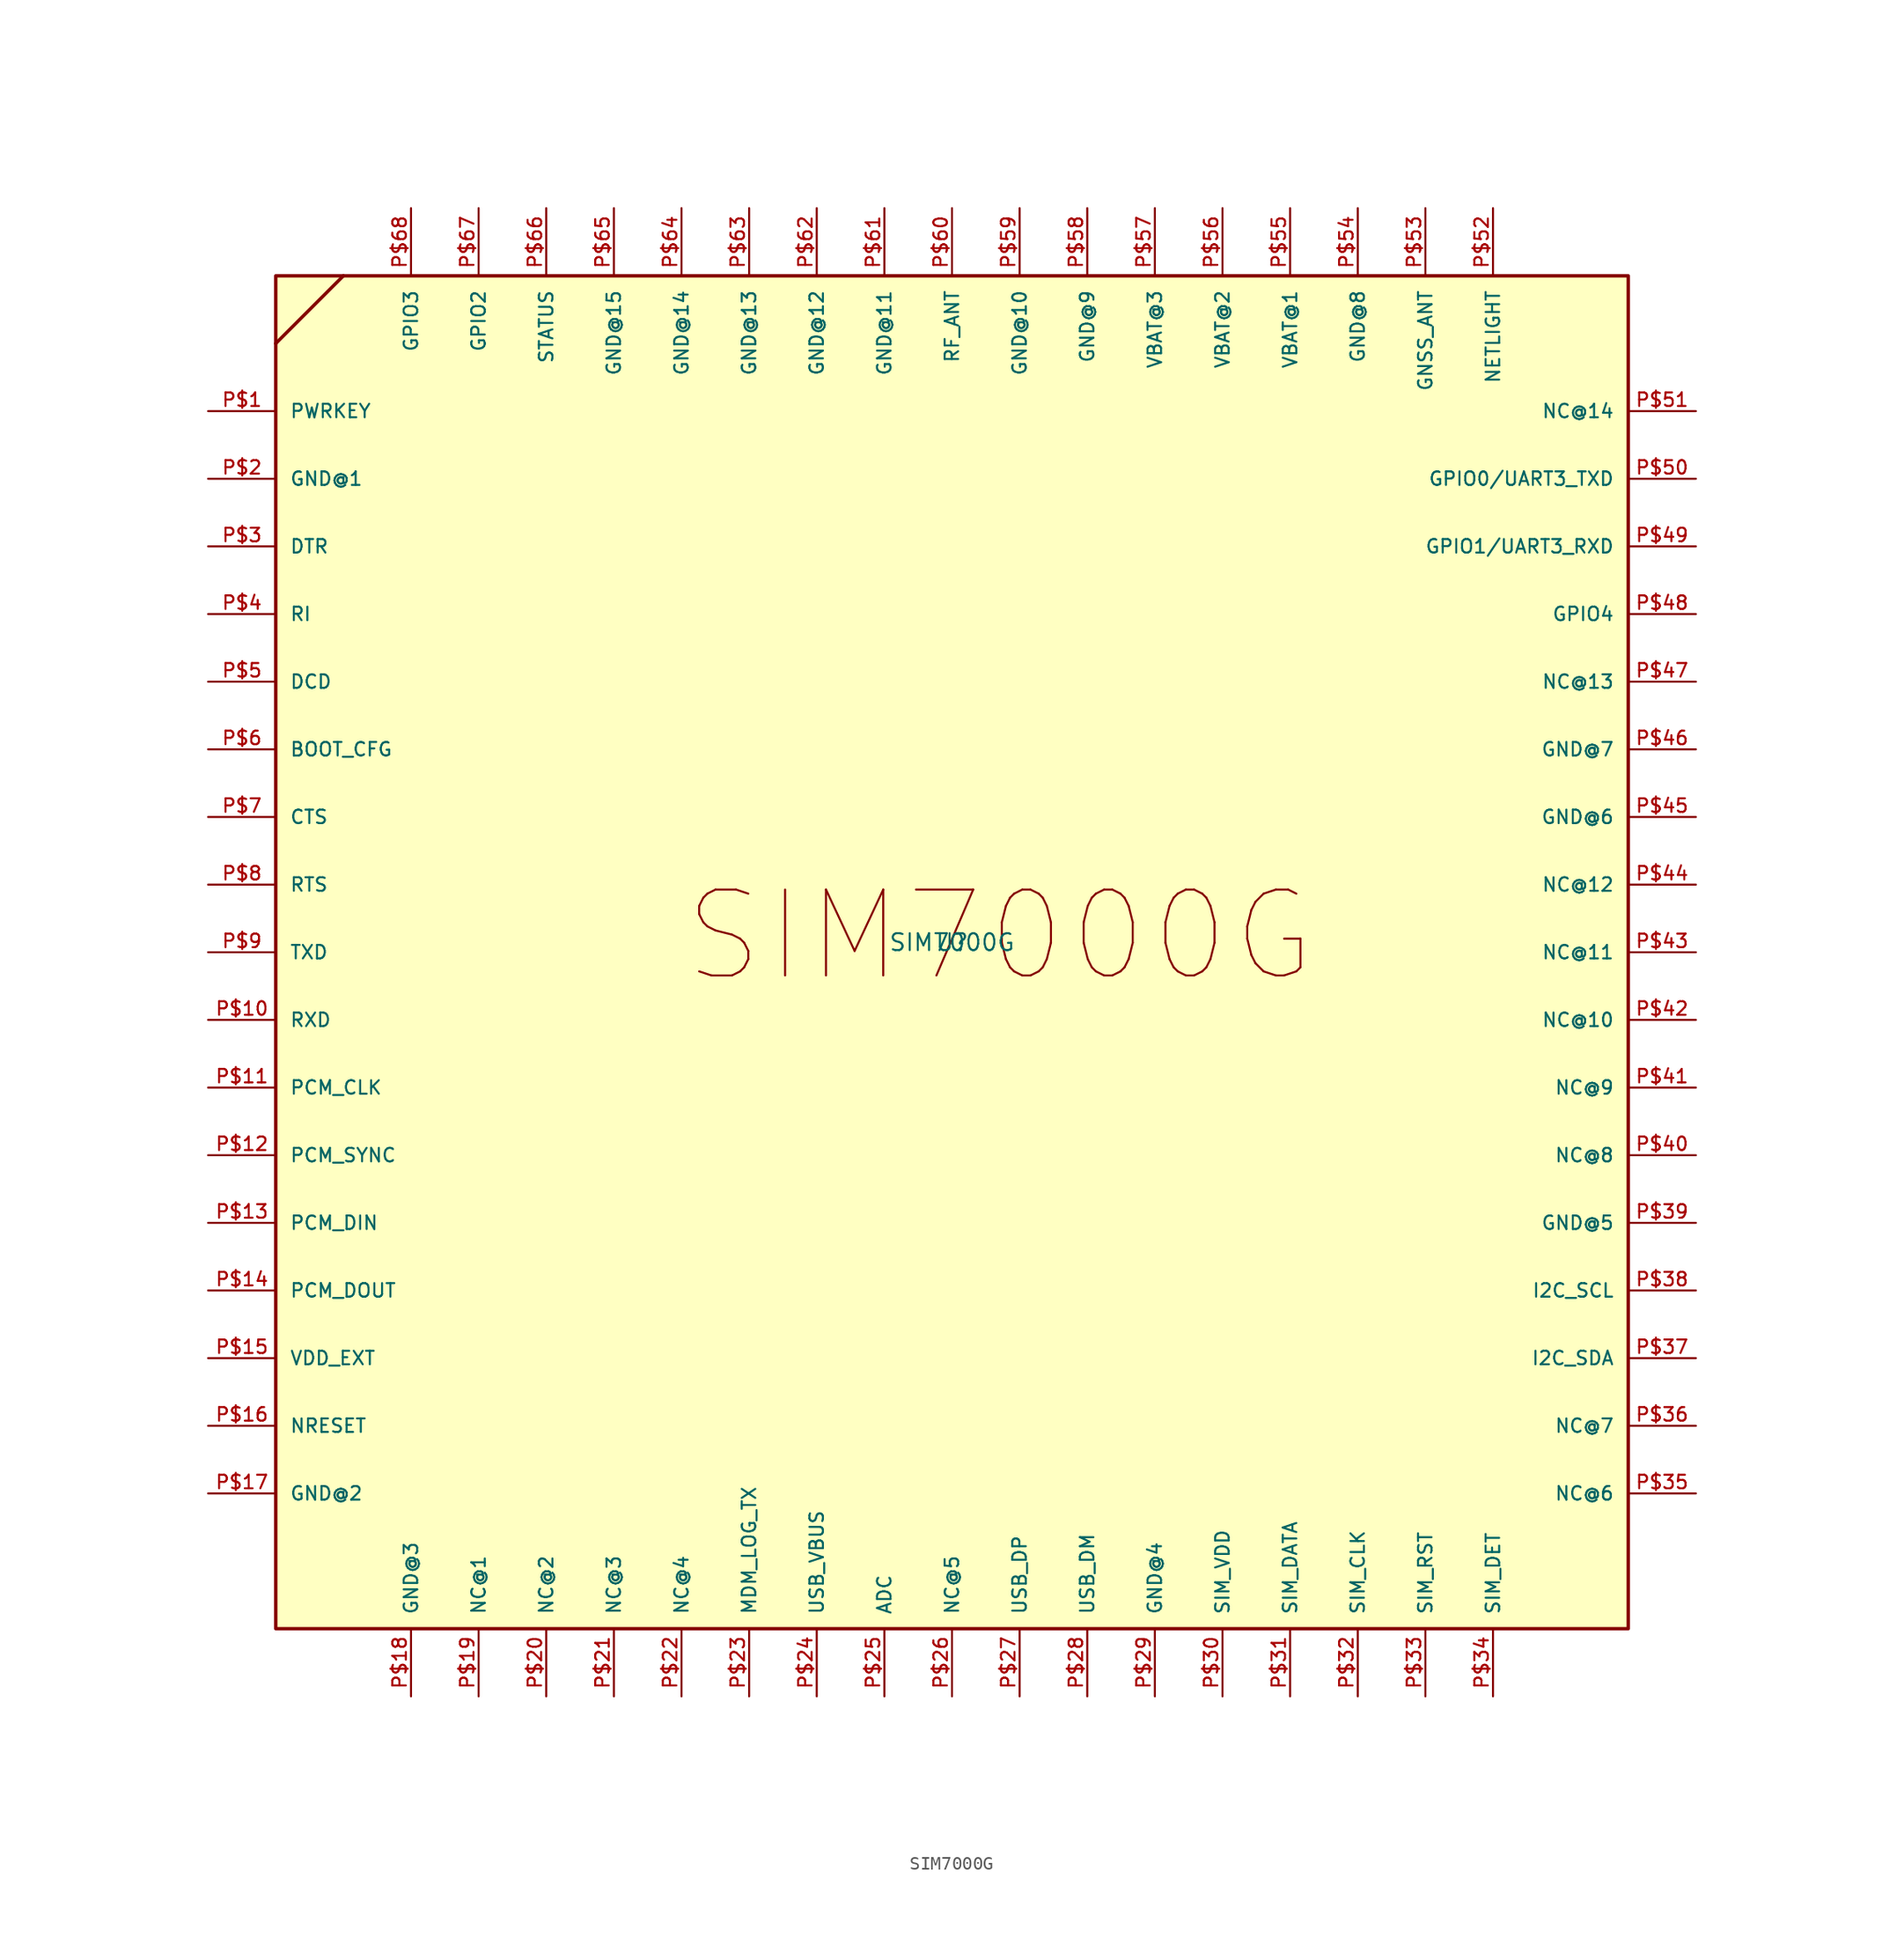
<source format=kicad_sym>
(kicad_symbol_lib
  (version 20211014)
  (generator kicad_symbol_editor)
  (symbol "SIM7000G"
    (pin_names
      (offset 1.016))
    (property "Reference" "U"
      (at 0 0 0)
      (effects (font (size 1.27 1.27)) (justify bottom)))
    (property "Value" "SIM7000G"
      (at 0 0.0 0)
      (effects (font (size 1.27 1.27)) (justify bottom)))
    (symbol "SIM7000G_0_0"
      (polyline (pts (xy -50.8 45.72) (xy -45.72 50.8)) (stroke (width 0.254)))
      (text "SIM7000G" (at -20.32 -2.54 0) (effects (font (size 6.452 6.452)) (justify bottom left)))
      (rectangle (start -50.8 -50.8) (end 50.8 50.8) (stroke (width 0.254)) (fill (type background)))
      (pin bidirectional line (at -55.88 40.64 0) (length 5.08) (name "PWRKEY" (effects (font (size 1.016 1.016)))) (number "P$1" (effects (font (size 1.016 1.016)))))
      (pin bidirectional line (at -55.88 35.56 0) (length 5.08) (name "GND@1" (effects (font (size 1.016 1.016)))) (number "P$2" (effects (font (size 1.016 1.016)))))
      (pin bidirectional line (at -55.88 30.48 0) (length 5.08) (name "DTR" (effects (font (size 1.016 1.016)))) (number "P$3" (effects (font (size 1.016 1.016)))))
      (pin bidirectional line (at -55.88 25.4 0) (length 5.08) (name "RI" (effects (font (size 1.016 1.016)))) (number "P$4" (effects (font (size 1.016 1.016)))))
      (pin bidirectional line (at -55.88 20.32 0) (length 5.08) (name "DCD" (effects (font (size 1.016 1.016)))) (number "P$5" (effects (font (size 1.016 1.016)))))
      (pin bidirectional line (at -55.88 15.24 0) (length 5.08) (name "BOOT_CFG" (effects (font (size 1.016 1.016)))) (number "P$6" (effects (font (size 1.016 1.016)))))
      (pin bidirectional line (at -55.88 10.16 0) (length 5.08) (name "CTS" (effects (font (size 1.016 1.016)))) (number "P$7" (effects (font (size 1.016 1.016)))))
      (pin bidirectional line (at -55.88 5.08 0) (length 5.08) (name "RTS" (effects (font (size 1.016 1.016)))) (number "P$8" (effects (font (size 1.016 1.016)))))
      (pin bidirectional line (at -55.88 0.0 0) (length 5.08) (name "TXD" (effects (font (size 1.016 1.016)))) (number "P$9" (effects (font (size 1.016 1.016)))))
      (pin bidirectional line (at -55.88 -5.08 0) (length 5.08) (name "RXD" (effects (font (size 1.016 1.016)))) (number "P$10" (effects (font (size 1.016 1.016)))))
      (pin bidirectional line (at -55.88 -10.16 0) (length 5.08) (name "PCM_CLK" (effects (font (size 1.016 1.016)))) (number "P$11" (effects (font (size 1.016 1.016)))))
      (pin bidirectional line (at -55.88 -15.24 0) (length 5.08) (name "PCM_SYNC" (effects (font (size 1.016 1.016)))) (number "P$12" (effects (font (size 1.016 1.016)))))
      (pin bidirectional line (at -55.88 -20.32 0) (length 5.08) (name "PCM_DIN" (effects (font (size 1.016 1.016)))) (number "P$13" (effects (font (size 1.016 1.016)))))
      (pin bidirectional line (at -55.88 -25.4 0) (length 5.08) (name "PCM_DOUT" (effects (font (size 1.016 1.016)))) (number "P$14" (effects (font (size 1.016 1.016)))))
      (pin bidirectional line (at -55.88 -30.48 0) (length 5.08) (name "VDD_EXT" (effects (font (size 1.016 1.016)))) (number "P$15" (effects (font (size 1.016 1.016)))))
      (pin bidirectional line (at -55.88 -35.56 0) (length 5.08) (name "NRESET" (effects (font (size 1.016 1.016)))) (number "P$16" (effects (font (size 1.016 1.016)))))
      (pin bidirectional line (at -55.88 -40.64 0) (length 5.08) (name "GND@2" (effects (font (size 1.016 1.016)))) (number "P$17" (effects (font (size 1.016 1.016)))))
      (pin bidirectional line (at -40.64 -55.88 90.0) (length 5.08) (name "GND@3" (effects (font (size 1.016 1.016)))) (number "P$18" (effects (font (size 1.016 1.016)))))
      (pin bidirectional line (at -35.56 -55.88 90.0) (length 5.08) (name "NC@1" (effects (font (size 1.016 1.016)))) (number "P$19" (effects (font (size 1.016 1.016)))))
      (pin bidirectional line (at -30.48 -55.88 90.0) (length 5.08) (name "NC@2" (effects (font (size 1.016 1.016)))) (number "P$20" (effects (font (size 1.016 1.016)))))
      (pin bidirectional line (at -25.4 -55.88 90.0) (length 5.08) (name "NC@3" (effects (font (size 1.016 1.016)))) (number "P$21" (effects (font (size 1.016 1.016)))))
      (pin bidirectional line (at -20.32 -55.88 90.0) (length 5.08) (name "NC@4" (effects (font (size 1.016 1.016)))) (number "P$22" (effects (font (size 1.016 1.016)))))
      (pin bidirectional line (at -15.24 -55.88 90.0) (length 5.08) (name "MDM_LOG_TX" (effects (font (size 1.016 1.016)))) (number "P$23" (effects (font (size 1.016 1.016)))))
      (pin bidirectional line (at -10.16 -55.88 90.0) (length 5.08) (name "USB_VBUS" (effects (font (size 1.016 1.016)))) (number "P$24" (effects (font (size 1.016 1.016)))))
      (pin bidirectional line (at -5.08 -55.88 90.0) (length 5.08) (name "ADC" (effects (font (size 1.016 1.016)))) (number "P$25" (effects (font (size 1.016 1.016)))))
      (pin bidirectional line (at 0.0 -55.88 90.0) (length 5.08) (name "NC@5" (effects (font (size 1.016 1.016)))) (number "P$26" (effects (font (size 1.016 1.016)))))
      (pin bidirectional line (at 5.08 -55.88 90.0) (length 5.08) (name "USB_DP" (effects (font (size 1.016 1.016)))) (number "P$27" (effects (font (size 1.016 1.016)))))
      (pin bidirectional line (at 10.16 -55.88 90.0) (length 5.08) (name "USB_DM" (effects (font (size 1.016 1.016)))) (number "P$28" (effects (font (size 1.016 1.016)))))
      (pin bidirectional line (at 15.24 -55.88 90.0) (length 5.08) (name "GND@4" (effects (font (size 1.016 1.016)))) (number "P$29" (effects (font (size 1.016 1.016)))))
      (pin bidirectional line (at 20.32 -55.88 90.0) (length 5.08) (name "SIM_VDD" (effects (font (size 1.016 1.016)))) (number "P$30" (effects (font (size 1.016 1.016)))))
      (pin bidirectional line (at 25.4 -55.88 90.0) (length 5.08) (name "SIM_DATA" (effects (font (size 1.016 1.016)))) (number "P$31" (effects (font (size 1.016 1.016)))))
      (pin bidirectional line (at 30.48 -55.88 90.0) (length 5.08) (name "SIM_CLK" (effects (font (size 1.016 1.016)))) (number "P$32" (effects (font (size 1.016 1.016)))))
      (pin bidirectional line (at 35.56 -55.88 90.0) (length 5.08) (name "SIM_RST" (effects (font (size 1.016 1.016)))) (number "P$33" (effects (font (size 1.016 1.016)))))
      (pin bidirectional line (at 40.64 -55.88 90.0) (length 5.08) (name "SIM_DET" (effects (font (size 1.016 1.016)))) (number "P$34" (effects (font (size 1.016 1.016)))))
      (pin bidirectional line (at 55.88 -40.64 180.0) (length 5.08) (name "NC@6" (effects (font (size 1.016 1.016)))) (number "P$35" (effects (font (size 1.016 1.016)))))
      (pin bidirectional line (at 55.88 -35.56 180.0) (length 5.08) (name "NC@7" (effects (font (size 1.016 1.016)))) (number "P$36" (effects (font (size 1.016 1.016)))))
      (pin bidirectional line (at 55.88 -30.48 180.0) (length 5.08) (name "I2C_SDA" (effects (font (size 1.016 1.016)))) (number "P$37" (effects (font (size 1.016 1.016)))))
      (pin bidirectional line (at 55.88 -25.4 180.0) (length 5.08) (name "I2C_SCL" (effects (font (size 1.016 1.016)))) (number "P$38" (effects (font (size 1.016 1.016)))))
      (pin bidirectional line (at 55.88 -20.32 180.0) (length 5.08) (name "GND@5" (effects (font (size 1.016 1.016)))) (number "P$39" (effects (font (size 1.016 1.016)))))
      (pin bidirectional line (at 55.88 -15.24 180.0) (length 5.08) (name "NC@8" (effects (font (size 1.016 1.016)))) (number "P$40" (effects (font (size 1.016 1.016)))))
      (pin bidirectional line (at 55.88 -10.16 180.0) (length 5.08) (name "NC@9" (effects (font (size 1.016 1.016)))) (number "P$41" (effects (font (size 1.016 1.016)))))
      (pin bidirectional line (at 55.88 -5.08 180.0) (length 5.08) (name "NC@10" (effects (font (size 1.016 1.016)))) (number "P$42" (effects (font (size 1.016 1.016)))))
      (pin bidirectional line (at 55.88 0.0 180.0) (length 5.08) (name "NC@11" (effects (font (size 1.016 1.016)))) (number "P$43" (effects (font (size 1.016 1.016)))))
      (pin bidirectional line (at 55.88 5.08 180.0) (length 5.08) (name "NC@12" (effects (font (size 1.016 1.016)))) (number "P$44" (effects (font (size 1.016 1.016)))))
      (pin bidirectional line (at 55.88 10.16 180.0) (length 5.08) (name "GND@6" (effects (font (size 1.016 1.016)))) (number "P$45" (effects (font (size 1.016 1.016)))))
      (pin bidirectional line (at 55.88 15.24 180.0) (length 5.08) (name "GND@7" (effects (font (size 1.016 1.016)))) (number "P$46" (effects (font (size 1.016 1.016)))))
      (pin bidirectional line (at 55.88 20.32 180.0) (length 5.08) (name "NC@13" (effects (font (size 1.016 1.016)))) (number "P$47" (effects (font (size 1.016 1.016)))))
      (pin bidirectional line (at 55.88 25.4 180.0) (length 5.08) (name "GPIO4" (effects (font (size 1.016 1.016)))) (number "P$48" (effects (font (size 1.016 1.016)))))
      (pin bidirectional line (at 55.88 30.48 180.0) (length 5.08) (name "GPIO1/UART3_RXD" (effects (font (size 1.016 1.016)))) (number "P$49" (effects (font (size 1.016 1.016)))))
      (pin bidirectional line (at 55.88 35.56 180.0) (length 5.08) (name "GPIO0/UART3_TXD" (effects (font (size 1.016 1.016)))) (number "P$50" (effects (font (size 1.016 1.016)))))
      (pin bidirectional line (at 55.88 40.64 180.0) (length 5.08) (name "NC@14" (effects (font (size 1.016 1.016)))) (number "P$51" (effects (font (size 1.016 1.016)))))
      (pin bidirectional line (at 40.64 55.88 270.0) (length 5.08) (name "NETLIGHT" (effects (font (size 1.016 1.016)))) (number "P$52" (effects (font (size 1.016 1.016)))))
      (pin bidirectional line (at 35.56 55.88 270.0) (length 5.08) (name "GNSS_ANT" (effects (font (size 1.016 1.016)))) (number "P$53" (effects (font (size 1.016 1.016)))))
      (pin bidirectional line (at 30.48 55.88 270.0) (length 5.08) (name "GND@8" (effects (font (size 1.016 1.016)))) (number "P$54" (effects (font (size 1.016 1.016)))))
      (pin bidirectional line (at 25.4 55.88 270.0) (length 5.08) (name "VBAT@1" (effects (font (size 1.016 1.016)))) (number "P$55" (effects (font (size 1.016 1.016)))))
      (pin bidirectional line (at 20.32 55.88 270.0) (length 5.08) (name "VBAT@2" (effects (font (size 1.016 1.016)))) (number "P$56" (effects (font (size 1.016 1.016)))))
      (pin bidirectional line (at 15.24 55.88 270.0) (length 5.08) (name "VBAT@3" (effects (font (size 1.016 1.016)))) (number "P$57" (effects (font (size 1.016 1.016)))))
      (pin bidirectional line (at 10.16 55.88 270.0) (length 5.08) (name "GND@9" (effects (font (size 1.016 1.016)))) (number "P$58" (effects (font (size 1.016 1.016)))))
      (pin bidirectional line (at 5.08 55.88 270.0) (length 5.08) (name "GND@10" (effects (font (size 1.016 1.016)))) (number "P$59" (effects (font (size 1.016 1.016)))))
      (pin bidirectional line (at 0.0 55.88 270.0) (length 5.08) (name "RF_ANT" (effects (font (size 1.016 1.016)))) (number "P$60" (effects (font (size 1.016 1.016)))))
      (pin bidirectional line (at -5.08 55.88 270.0) (length 5.08) (name "GND@11" (effects (font (size 1.016 1.016)))) (number "P$61" (effects (font (size 1.016 1.016)))))
      (pin bidirectional line (at -10.16 55.88 270.0) (length 5.08) (name "GND@12" (effects (font (size 1.016 1.016)))) (number "P$62" (effects (font (size 1.016 1.016)))))
      (pin bidirectional line (at -15.24 55.88 270.0) (length 5.08) (name "GND@13" (effects (font (size 1.016 1.016)))) (number "P$63" (effects (font (size 1.016 1.016)))))
      (pin bidirectional line (at -20.32 55.88 270.0) (length 5.08) (name "GND@14" (effects (font (size 1.016 1.016)))) (number "P$64" (effects (font (size 1.016 1.016)))))
      (pin bidirectional line (at -25.4 55.88 270.0) (length 5.08) (name "GND@15" (effects (font (size 1.016 1.016)))) (number "P$65" (effects (font (size 1.016 1.016)))))
      (pin bidirectional line (at -30.48 55.88 270.0) (length 5.08) (name "STATUS" (effects (font (size 1.016 1.016)))) (number "P$66" (effects (font (size 1.016 1.016)))))
      (pin bidirectional line (at -35.56 55.88 270.0) (length 5.08) (name "GPIO2" (effects (font (size 1.016 1.016)))) (number "P$67" (effects (font (size 1.016 1.016)))))
      (pin bidirectional line (at -40.64 55.88 270.0) (length 5.08) (name "GPIO3" (effects (font (size 1.016 1.016)))) (number "P$68" (effects (font (size 1.016 1.016))))))))
</source>
